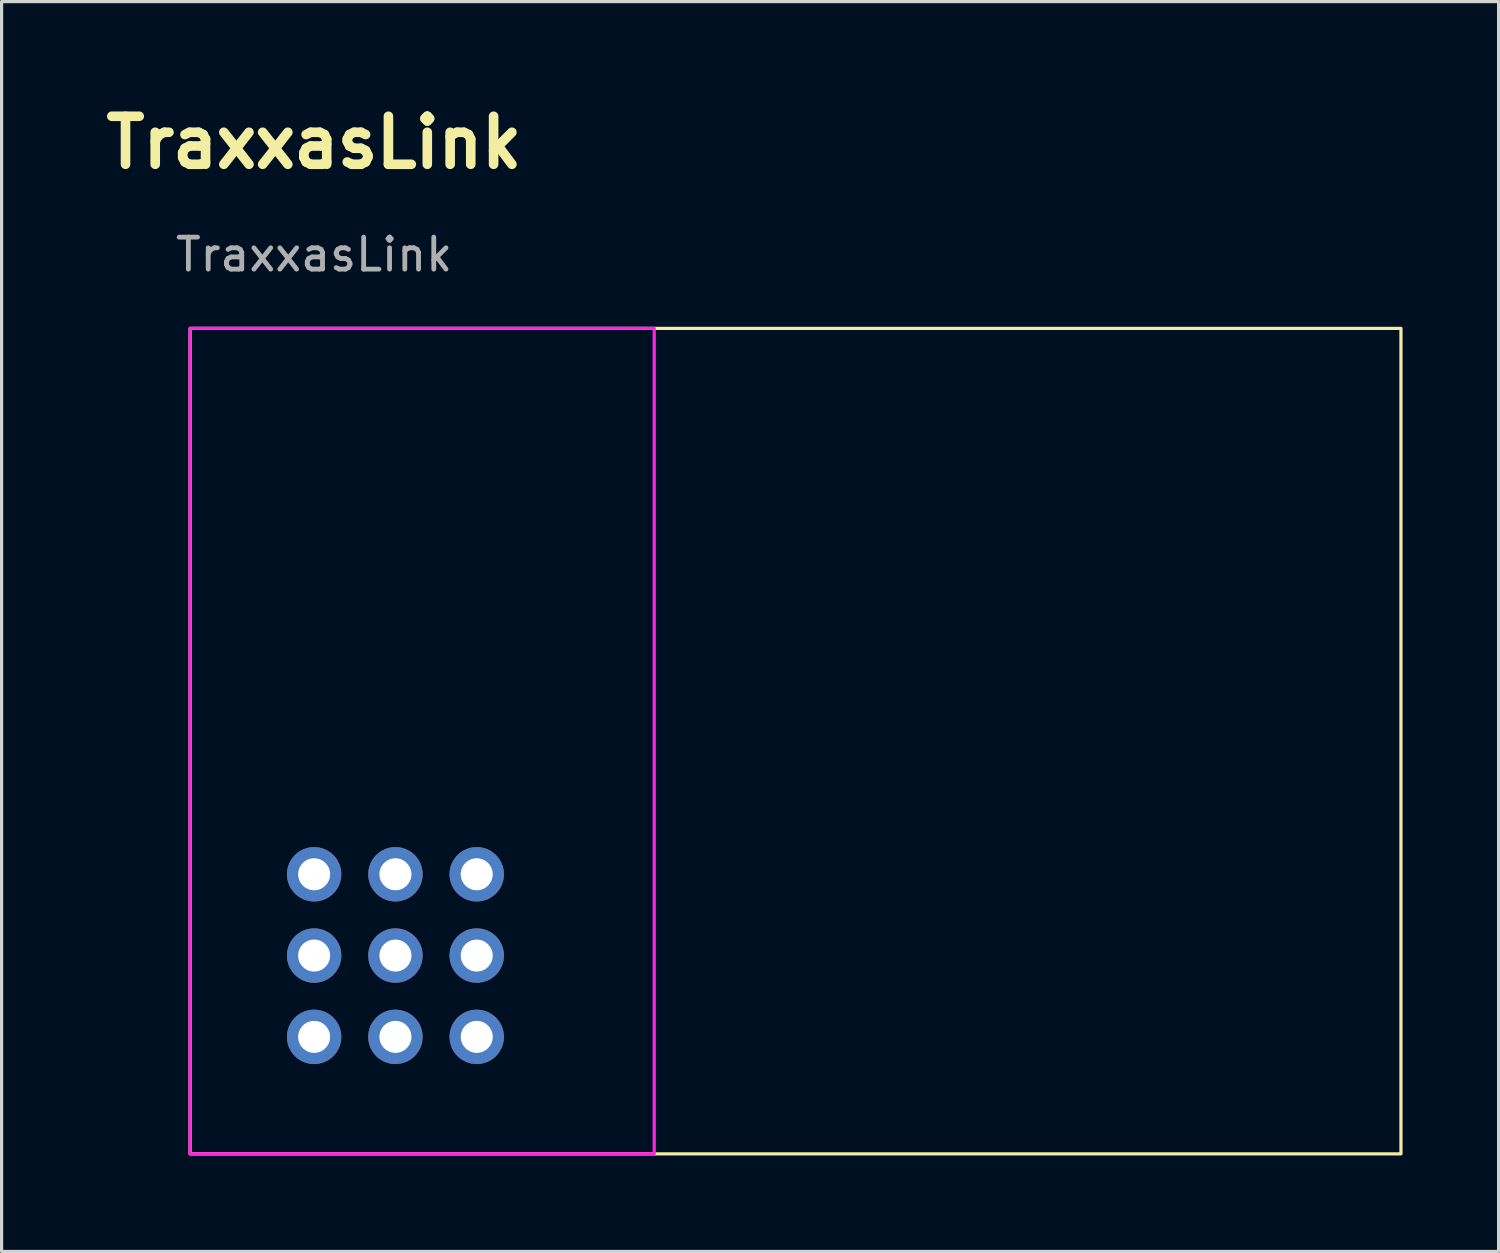
<source format=kicad_pcb>
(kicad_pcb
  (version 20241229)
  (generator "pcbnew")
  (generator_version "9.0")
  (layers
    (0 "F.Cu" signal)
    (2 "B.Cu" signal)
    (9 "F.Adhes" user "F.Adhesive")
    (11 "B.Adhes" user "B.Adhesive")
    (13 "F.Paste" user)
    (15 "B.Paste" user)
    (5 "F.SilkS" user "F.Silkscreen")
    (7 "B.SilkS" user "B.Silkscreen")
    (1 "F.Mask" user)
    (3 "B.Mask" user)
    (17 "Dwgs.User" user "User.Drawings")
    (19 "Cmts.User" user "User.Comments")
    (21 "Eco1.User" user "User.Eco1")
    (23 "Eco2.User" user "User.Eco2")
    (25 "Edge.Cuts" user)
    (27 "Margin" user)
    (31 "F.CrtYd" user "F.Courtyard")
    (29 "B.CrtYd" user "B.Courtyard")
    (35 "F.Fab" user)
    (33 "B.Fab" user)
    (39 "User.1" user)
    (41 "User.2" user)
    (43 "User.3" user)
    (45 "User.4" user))
  (footprint "TraxxasLink"
    (layer "F.Cu")
    (at 6.764 29.344)
    (property "Reference" "TraxxasLink" (at 0 -27.94 0) (unlocked yes) (layer "F.SilkS") (effects (font (size 1.5 1.5) (thickness 0.3))))
    (attr through_hole)
    (fp_rect (start -3.875 -22.135) (end 33.955 3.655) (stroke (width 0.1) (type default)) (fill no) (layer "F.SilkS"))
    (fp_rect (start -3.875 -22.136) (end 10.625 3.654) (stroke (width 0.1) (type solid)) (fill no) (layer "F.CrtYd"))
    (fp_text user "${REFERENCE}" (at 0 -24.44 0) (unlocked yes) (layer "F.Fab") (effects (font (size 1 1) (thickness 0.15))))
    (pad "1" thru_hole circle (at 0 0 90) (size 1.7 1.7) (drill 1) (layers "*.Cu" "*.Mask"))
    (pad "2" thru_hole circle (at 0 -2.54 90) (size 1.7 1.7) (drill 1) (layers "*.Cu" "*.Mask"))
    (pad "3" thru_hole circle (at 0 -5.08 90) (size 1.7 1.7) (drill 1) (layers "*.Cu" "*.Mask"))
    (pad "4" thru_hole circle (at 2.54 0 90) (size 1.7 1.7) (drill 1) (layers "*.Cu" "*.Mask"))
    (pad "5" thru_hole circle (at 2.54 -2.54 90) (size 1.7 1.7) (drill 1) (layers "*.Cu" "*.Mask"))
    (pad "6" thru_hole circle (at 2.54 -5.08 180) (size 1.7 1.7) (drill 1) (layers "*.Cu" "*.Mask"))
    (pad "7" thru_hole circle (at 5.08 0 90) (size 1.7 1.7) (drill 1) (layers "*.Cu" "*.Mask"))
    (pad "8" thru_hole circle (at 5.08 -2.54 90) (size 1.7 1.7) (drill 1) (layers "*.Cu" "*.Mask"))
    (pad "9" thru_hole circle (at 5.08 -5.08 90) (size 1.7 1.7) (drill 1) (layers "*.Cu" "*.Mask")))
  (gr_rect
    (start -3 -3)
    (end 43.769 36.049)
    (stroke (width 0.1) (type default))
    (fill no)
    (layer "Edge.Cuts")))
</source>
